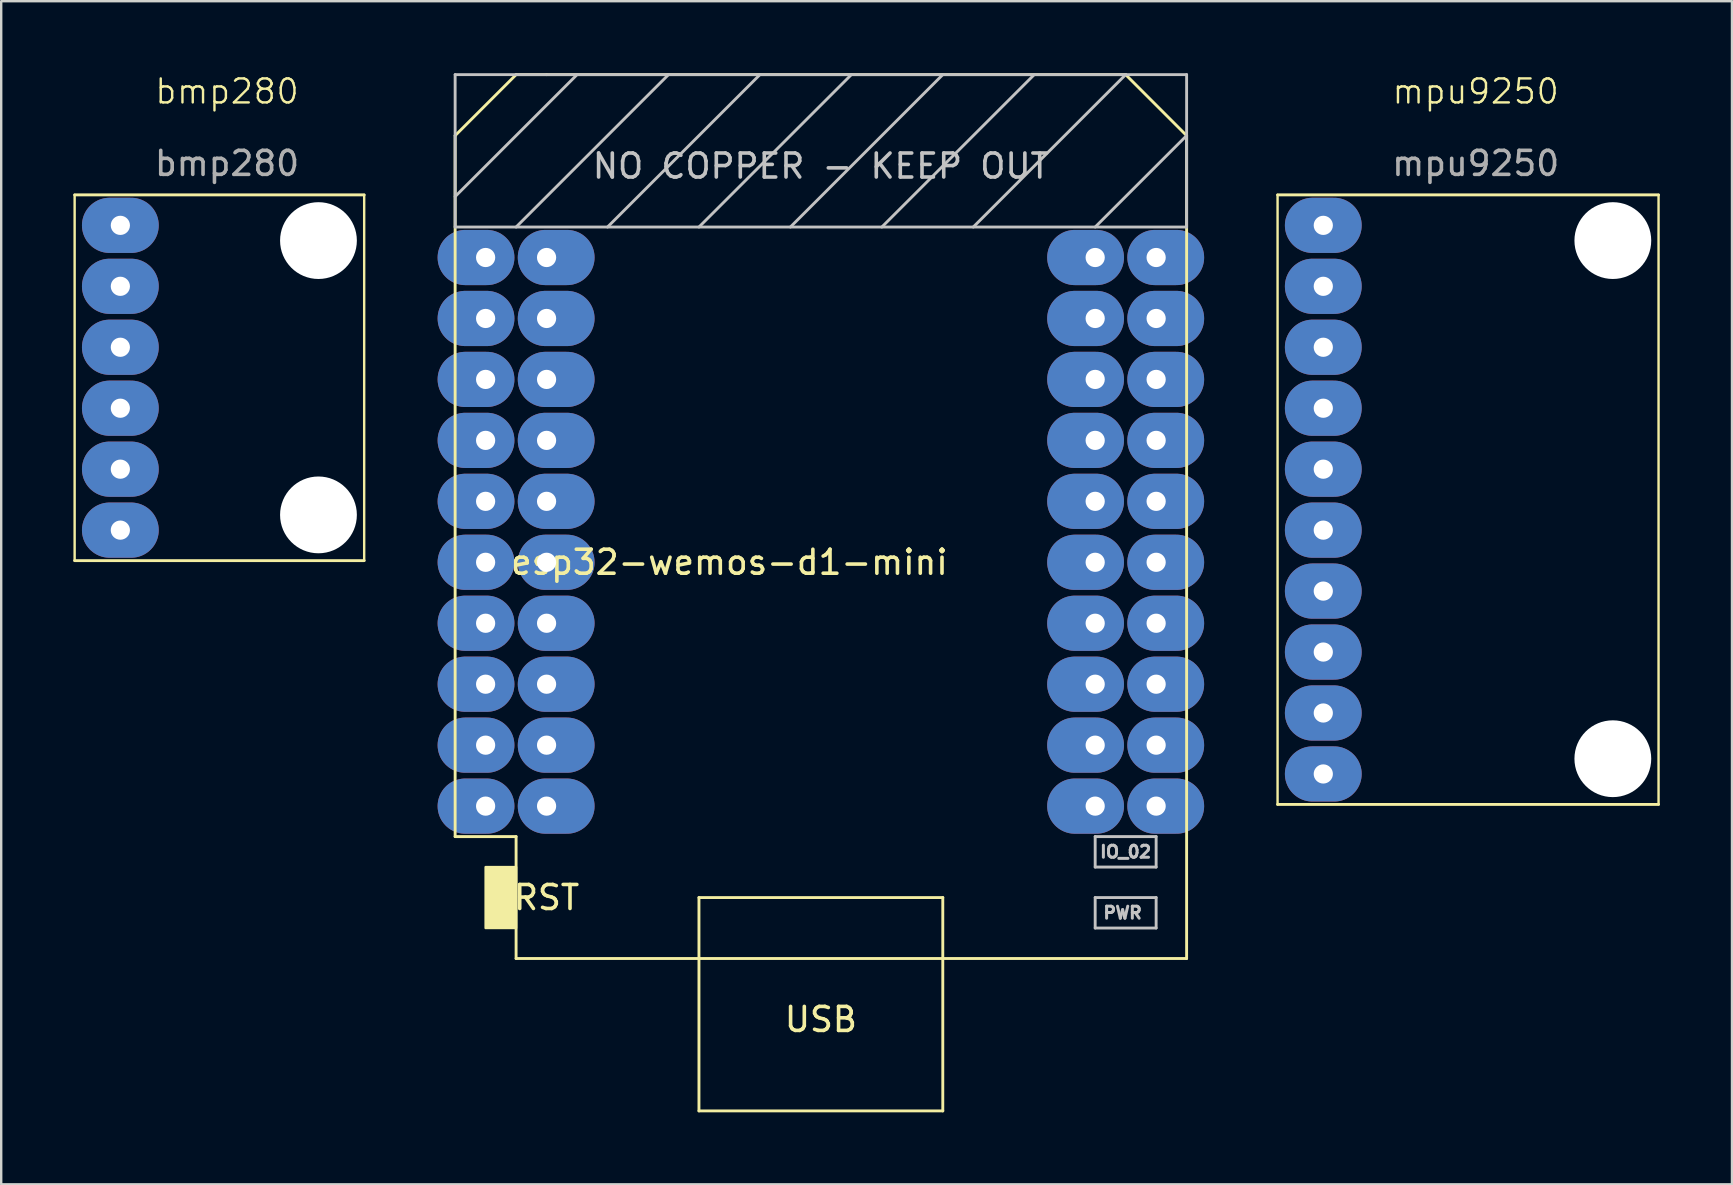
<source format=kicad_pcb>
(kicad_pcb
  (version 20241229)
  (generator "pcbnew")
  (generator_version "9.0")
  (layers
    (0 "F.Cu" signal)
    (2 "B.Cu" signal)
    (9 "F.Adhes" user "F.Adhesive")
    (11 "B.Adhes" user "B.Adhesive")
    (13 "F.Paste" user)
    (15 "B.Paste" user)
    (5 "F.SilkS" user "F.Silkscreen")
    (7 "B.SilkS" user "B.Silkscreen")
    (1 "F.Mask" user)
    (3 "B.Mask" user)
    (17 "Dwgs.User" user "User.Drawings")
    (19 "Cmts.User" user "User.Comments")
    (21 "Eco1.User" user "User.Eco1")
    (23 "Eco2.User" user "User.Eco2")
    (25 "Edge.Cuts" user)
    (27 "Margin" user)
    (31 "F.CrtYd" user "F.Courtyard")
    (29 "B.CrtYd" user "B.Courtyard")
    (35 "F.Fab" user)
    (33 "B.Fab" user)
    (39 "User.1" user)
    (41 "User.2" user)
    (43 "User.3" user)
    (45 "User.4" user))
  (footprint "esp32-wemos-d1-mini"
    (layer "F.Cu")
    (at 31.155 19.11)
    (property "Reference" "esp32-wemos-d1-mini" (at -3.81 1.27 0) (layer "F.SilkS") (effects (font (size 1 1) (thickness 0.15))))
    (attr through_hole)
    (fp_line (start -15.24 -16.51) (end -15.24 12.7) (stroke (width 0.12) (type solid)) (layer "F.SilkS"))
    (fp_line (start -15.24 12.7) (end -12.7 12.7) (stroke (width 0.12) (type solid)) (layer "F.SilkS"))
    (fp_line (start -12.7 -19.05) (end -15.24 -16.51) (stroke (width 0.12) (type solid)) (layer "F.SilkS"))
    (fp_line (start -12.7 -19.05) (end -11.43 -19.05) (stroke (width 0.12) (type solid)) (layer "F.SilkS"))
    (fp_line (start -12.7 12.7) (end -12.7 17.78) (stroke (width 0.12) (type solid)) (layer "F.SilkS"))
    (fp_line (start -12.7 17.78) (end 15.24 17.78) (stroke (width 0.12) (type solid)) (layer "F.SilkS"))
    (fp_line (start -5.08 15.24) (end 5.08 15.24) (stroke (width 0.12) (type solid)) (layer "F.SilkS"))
    (fp_line (start -5.08 17.78) (end -5.08 15.24) (stroke (width 0.12) (type solid)) (layer "F.SilkS"))
    (fp_line (start -5.08 17.78) (end -5.08 24.13) (stroke (width 0.12) (type solid)) (layer "F.SilkS"))
    (fp_line (start -5.08 24.13) (end 5.08 24.13) (stroke (width 0.12) (type solid)) (layer "F.SilkS"))
    (fp_line (start 5.08 15.24) (end 5.08 17.78) (stroke (width 0.12) (type solid)) (layer "F.SilkS"))
    (fp_line (start 5.08 24.13) (end 5.08 17.78) (stroke (width 0.12) (type solid)) (layer "F.SilkS"))
    (fp_line (start 12.7 -19.05) (end -11.43 -19.05) (stroke (width 0.12) (type solid)) (layer "F.SilkS"))
    (fp_line (start 12.7 -19.05) (end 15.24 -16.51) (stroke (width 0.12) (type solid)) (layer "F.SilkS"))
    (fp_line (start 15.24 -16.51) (end 15.24 17.78) (stroke (width 0.12) (type solid)) (layer "F.SilkS"))
    (fp_poly (pts (xy -13.97 16.51) (xy -13.97 13.97) (xy -12.7 13.97) (xy -12.7 16.51)) (stroke (width 0.1) (type solid)) (fill yes) (layer "F.SilkS"))
    (fp_line (start -15.24 -19.05) (end -15.24 -12.7) (stroke (width 0.12) (type solid)) (layer "Dwgs.User"))
    (fp_line (start -15.24 -12.7) (end 15.24 -12.7) (stroke (width 0.12) (type solid)) (layer "Dwgs.User"))
    (fp_line (start -10.16 -19.05) (end -15.24 -13.97) (stroke (width 0.12) (type solid)) (layer "Dwgs.User"))
    (fp_line (start -6.35 -19.05) (end -12.7 -12.7) (stroke (width 0.12) (type solid)) (layer "Dwgs.User"))
    (fp_line (start -2.54 -19.05) (end -8.89 -12.7) (stroke (width 0.12) (type solid)) (layer "Dwgs.User"))
    (fp_line (start 1.27 -19.05) (end -5.08 -12.7) (stroke (width 0.12) (type solid)) (layer "Dwgs.User"))
    (fp_line (start 5.08 -19.05) (end -1.27 -12.7) (stroke (width 0.12) (type solid)) (layer "Dwgs.User"))
    (fp_line (start 8.89 -19.05) (end 2.54 -12.7) (stroke (width 0.12) (type solid)) (layer "Dwgs.User"))
    (fp_line (start 11.43 12.7) (end 11.43 13.97) (stroke (width 0.12) (type solid)) (layer "Dwgs.User"))
    (fp_line (start 11.43 13.97) (end 13.97 13.97) (stroke (width 0.12) (type solid)) (layer "Dwgs.User"))
    (fp_line (start 11.43 15.24) (end 13.97 15.24) (stroke (width 0.12) (type solid)) (layer "Dwgs.User"))
    (fp_line (start 11.43 16.51) (end 11.43 15.24) (stroke (width 0.12) (type solid)) (layer "Dwgs.User"))
    (fp_line (start 12.7 -19.05) (end 6.35 -12.7) (stroke (width 0.12) (type solid)) (layer "Dwgs.User"))
    (fp_line (start 13.97 12.7) (end 11.43 12.7) (stroke (width 0.12) (type solid)) (layer "Dwgs.User"))
    (fp_line (start 13.97 13.97) (end 13.97 12.7) (stroke (width 0.12) (type solid)) (layer "Dwgs.User"))
    (fp_line (start 13.97 15.24) (end 13.97 16.51) (stroke (width 0.12) (type solid)) (layer "Dwgs.User"))
    (fp_line (start 13.97 16.51) (end 11.43 16.51) (stroke (width 0.12) (type solid)) (layer "Dwgs.User"))
    (fp_line (start 15.24 -19.05) (end -15.24 -19.05) (stroke (width 0.12) (type solid)) (layer "Dwgs.User"))
    (fp_line (start 15.24 -16.51) (end 11.43 -12.7) (stroke (width 0.12) (type solid)) (layer "Dwgs.User"))
    (fp_line (start 15.24 -12.7) (end 15.24 -19.05) (stroke (width 0.12) (type solid)) (layer "Dwgs.User"))
    (fp_text user "USB" (at 0 20.32 0) (layer "F.SilkS") (effects (font (size 1 1) (thickness 0.15))))
    (fp_text user "RST" (at -11.43 15.24 0) (layer "F.SilkS") (effects (font (size 1 1) (thickness 0.15))))
    (fp_text user "NO COPPER - KEEP OUT" (at 0 -15.24 0) (layer "Dwgs.User") (effects (font (size 1 1) (thickness 0.15))))
    (fp_text user "IO_02" (at 12.7 13.335 0) (layer "Dwgs.User") (effects (font (size 0.5 0.5) (thickness 0.125))))
    (fp_text user "PWR" (at 12.573 15.875 0) (layer "Dwgs.User") (effects (font (size 0.5 0.5) (thickness 0.125))))
    (pad "1" thru_hole oval (at -13.97 -11.43 270) (size 2.3 3.2) (drill 0.8 (offset 0 0.4)) (layers "*.Cu" "*.Mask"))
    (pad "2" thru_hole oval (at -11.43 -11.43 270) (size 2.3 3.2) (drill 0.8 (offset 0 -0.4)) (layers "*.Cu" "*.Mask"))
    (pad "3" thru_hole oval (at -13.97 -8.89 270) (size 2.3 3.2) (drill 0.8 (offset 0 0.4)) (layers "*.Cu" "*.Mask"))
    (pad "4" thru_hole oval (at -11.43 -8.89 270) (size 2.3 3.2) (drill 0.8 (offset 0 -0.4)) (layers "*.Cu" "*.Mask"))
    (pad "5" thru_hole oval (at -13.97 -6.35 270) (size 2.3 3.2) (drill 0.8 (offset 0 0.4)) (layers "*.Cu" "*.Mask"))
    (pad "6" thru_hole oval (at -11.43 -6.35 270) (size 2.3 3.2) (drill 0.8 (offset 0 -0.4)) (layers "*.Cu" "*.Mask"))
    (pad "7" thru_hole oval (at -13.97 -3.81 270) (size 2.3 3.2) (drill 0.8 (offset 0 0.4)) (layers "*.Cu" "*.Mask"))
    (pad "8" thru_hole oval (at -11.43 -3.81 270) (size 2.3 3.2) (drill 0.8 (offset 0 -0.4)) (layers "*.Cu" "*.Mask"))
    (pad "9" thru_hole oval (at -13.97 -1.27 270) (size 2.3 3.2) (drill 0.8 (offset 0 0.4)) (layers "*.Cu" "*.Mask"))
    (pad "10" thru_hole oval (at -11.43 -1.27 270) (size 2.3 3.2) (drill 0.8 (offset 0 -0.4)) (layers "*.Cu" "*.Mask"))
    (pad "11" thru_hole oval (at -13.97 1.27 270) (size 2.3 3.2) (drill 0.8 (offset 0 0.4)) (layers "*.Cu" "*.Mask"))
    (pad "12" thru_hole oval (at -11.43 1.27 270) (size 2.3 3.2) (drill 0.8 (offset 0 -0.4)) (layers "*.Cu" "*.Mask"))
    (pad "13" thru_hole oval (at -13.97 3.81 270) (size 2.3 3.2) (drill 0.8 (offset 0 0.4)) (layers "*.Cu" "*.Mask"))
    (pad "14" thru_hole oval (at -11.43 3.81 270) (size 2.3 3.2) (drill 0.8 (offset 0 -0.4)) (layers "*.Cu" "*.Mask"))
    (pad "15" thru_hole oval (at -13.97 6.35 270) (size 2.3 3.2) (drill 0.8 (offset 0 0.4)) (layers "*.Cu" "*.Mask"))
    (pad "16" thru_hole oval (at -11.43 6.35 270) (size 2.3 3.2) (drill 0.8 (offset 0 -0.4)) (layers "*.Cu" "*.Mask"))
    (pad "17" thru_hole oval (at -13.97 8.89 270) (size 2.3 3.2) (drill 0.8 (offset 0 0.4)) (layers "*.Cu" "*.Mask"))
    (pad "18" thru_hole oval (at -11.43 8.89 270) (size 2.3 3.2) (drill 0.8 (offset 0 -0.4)) (layers "*.Cu" "*.Mask"))
    (pad "19" thru_hole oval (at -13.97 11.43 270) (size 2.3 3.2) (drill 0.8 (offset 0 0.4)) (layers "*.Cu" "*.Mask"))
    (pad "20" thru_hole oval (at -11.43 11.43 270) (size 2.3 3.2) (drill 0.8 (offset 0 -0.4)) (layers "*.Cu" "*.Mask"))
    (pad "21" thru_hole oval (at 11.43 -11.43 270) (size 2.3 3.2) (drill 0.8 (offset 0 0.4)) (layers "*.Cu" "*.Mask"))
    (pad "22" thru_hole oval (at 13.97 -11.43 270) (size 2.3 3.2) (drill 0.8 (offset 0 -0.4)) (layers "*.Cu" "*.Mask"))
    (pad "23" thru_hole oval (at 11.43 -8.89 270) (size 2.3 3.2) (drill 0.8 (offset 0 0.4)) (layers "*.Cu" "*.Mask"))
    (pad "24" thru_hole oval (at 13.97 -8.89 270) (size 2.3 3.2) (drill 0.8 (offset 0 -0.4)) (layers "*.Cu" "*.Mask"))
    (pad "25" thru_hole oval (at 11.43 -6.35 270) (size 2.3 3.2) (drill 0.8 (offset 0 0.4)) (layers "*.Cu" "*.Mask"))
    (pad "26" thru_hole oval (at 13.97 -6.35 270) (size 2.3 3.2) (drill 0.8 (offset 0 -0.4)) (layers "*.Cu" "*.Mask"))
    (pad "27" thru_hole oval (at 11.43 -3.81 270) (size 2.3 3.2) (drill 0.8 (offset 0 0.4)) (layers "*.Cu" "*.Mask"))
    (pad "28" thru_hole oval (at 13.97 -3.81 270) (size 2.3 3.2) (drill 0.8 (offset 0 -0.4)) (layers "*.Cu" "*.Mask"))
    (pad "29" thru_hole oval (at 11.43 -1.27 270) (size 2.3 3.2) (drill 0.8 (offset 0 0.4)) (layers "*.Cu" "*.Mask"))
    (pad "30" thru_hole oval (at 13.97 -1.27 270) (size 2.3 3.2) (drill 0.8 (offset 0 -0.4)) (layers "*.Cu" "*.Mask"))
    (pad "31" thru_hole oval (at 11.43 1.27 270) (size 2.3 3.2) (drill 0.8 (offset 0 0.4)) (layers "*.Cu" "*.Mask"))
    (pad "32" thru_hole oval (at 13.97 1.27 270) (size 2.3 3.2) (drill 0.8 (offset 0 -0.4)) (layers "*.Cu" "*.Mask"))
    (pad "33" thru_hole oval (at 11.43 3.81 270) (size 2.3 3.2) (drill 0.8 (offset 0 0.4)) (layers "*.Cu" "*.Mask"))
    (pad "34" thru_hole oval (at 13.97 3.81 270) (size 2.3 3.2) (drill 0.8 (offset 0 -0.4)) (layers "*.Cu" "*.Mask"))
    (pad "35" thru_hole oval (at 11.43 6.35 270) (size 2.3 3.2) (drill 0.8 (offset 0 0.4)) (layers "*.Cu" "*.Mask"))
    (pad "36" thru_hole oval (at 13.97 6.35 270) (size 2.3 3.2) (drill 0.8 (offset 0 -0.4)) (layers "*.Cu" "*.Mask"))
    (pad "37" thru_hole oval (at 11.43 8.89 270) (size 2.3 3.2) (drill 0.8 (offset 0 0.4)) (layers "*.Cu" "*.Mask"))
    (pad "38" thru_hole oval (at 13.97 8.89 270) (size 2.3 3.2) (drill 0.8 (offset 0 -0.4)) (layers "*.Cu" "*.Mask"))
    (pad "39" thru_hole oval (at 11.43 11.43 270) (size 2.3 3.2) (drill 0.8 (offset 0 0.4)) (layers "*.Cu" "*.Mask"))
    (pad "40" thru_hole oval (at 13.97 11.43 270) (size 2.3 3.2) (drill 0.8 (offset 0 -0.4)) (layers "*.Cu" "*.Mask")))
  (footprint "bmp280"
    (layer "F.Cu")
    (at 6.41 1.26)
    (property "Reference" "bmp280" (at 0 -0.5 0) (unlocked yes) (layer "F.SilkS") (effects (font (size 1 1) (thickness 0.1))))
    (attr through_hole)
    (fp_line (start -6.35 3.81) (end -6.35 19.05) (stroke (width 0.1) (type solid)) (layer "F.SilkS"))
    (fp_line (start -6.35 3.81) (end 5.715 3.81) (stroke (width 0.12) (type solid)) (layer "F.SilkS"))
    (fp_line (start -6.35 19.05) (end 5.715 19.05) (stroke (width 0.12) (type solid)) (layer "F.SilkS"))
    (fp_line (start 5.715 3.81) (end 5.715 19.05) (stroke (width 0.1) (type solid)) (layer "F.SilkS"))
    (fp_text user "${REFERENCE}" (at 0 2.5 0) (unlocked yes) (layer "F.Fab") (effects (font (size 1 1) (thickness 0.15))))
    (pad "" np_thru_hole circle (at 3.81 5.715) (size 3.2 3.2) (drill 3.2) (layers "*.Cu" "*.Mask"))
    (pad "" np_thru_hole circle (at 3.81 17.145) (size 3.2 3.2) (drill 3.2) (layers "*.Cu" "*.Mask"))
    (pad "1" thru_hole oval (at -4.445 5.08 270) (size 2.3 3.2) (drill 0.8) (layers "*.Cu" "*.Mask"))
    (pad "2" thru_hole oval (at -4.445 7.62 270) (size 2.3 3.2) (drill 0.8) (layers "*.Cu" "*.Mask"))
    (pad "3" thru_hole oval (at -4.445 10.16 270) (size 2.3 3.2) (drill 0.8) (layers "*.Cu" "*.Mask"))
    (pad "4" thru_hole oval (at -4.445 12.7 270) (size 2.3 3.2) (drill 0.8) (layers "*.Cu" "*.Mask"))
    (pad "5" thru_hole oval (at -4.445 15.24 270) (size 2.3 3.2) (drill 0.8) (layers "*.Cu" "*.Mask"))
    (pad "6" thru_hole oval (at -4.445 17.78 270) (size 2.3 3.2) (drill 0.8) (layers "*.Cu" "*.Mask")))
  (footprint "mpu9250"
    (layer "F.Cu")
    (at 58.44 1.26)
    (property "Reference" "mpu9250" (at 0 -0.5 0) (unlocked yes) (layer "F.SilkS") (effects (font (size 1 1) (thickness 0.1))))
    (attr through_hole)
    (fp_line (start -8.255 3.81) (end -8.255 29.21) (stroke (width 0.1) (type solid)) (layer "F.SilkS"))
    (fp_line (start -8.255 3.81) (end 7.62 3.81) (stroke (width 0.12) (type solid)) (layer "F.SilkS"))
    (fp_line (start -8.255 29.21) (end 7.62 29.21) (stroke (width 0.12) (type solid)) (layer "F.SilkS"))
    (fp_line (start 7.62 3.81) (end 7.62 29.21) (stroke (width 0.1) (type solid)) (layer "F.SilkS"))
    (fp_text user "${REFERENCE}" (at 0 2.5 0) (unlocked yes) (layer "F.Fab") (effects (font (size 1 1) (thickness 0.15))))
    (pad "" np_thru_hole circle (at 5.715 5.715) (size 3.2 3.2) (drill 3.2) (layers "*.Cu" "*.Mask"))
    (pad "" np_thru_hole circle (at 5.715 27.305) (size 3.2 3.2) (drill 3.2) (layers "*.Cu" "*.Mask"))
    (pad "1" thru_hole oval (at -6.35 5.08 270) (size 2.3 3.2) (drill 0.8) (layers "*.Cu" "*.Mask"))
    (pad "2" thru_hole oval (at -6.35 7.62 270) (size 2.3 3.2) (drill 0.8) (layers "*.Cu" "*.Mask"))
    (pad "3" thru_hole oval (at -6.35 10.16 270) (size 2.3 3.2) (drill 0.8) (layers "*.Cu" "*.Mask"))
    (pad "4" thru_hole oval (at -6.35 12.7 270) (size 2.3 3.2) (drill 0.8) (layers "*.Cu" "*.Mask"))
    (pad "5" thru_hole oval (at -6.35 15.24 270) (size 2.3 3.2) (drill 0.8) (layers "*.Cu" "*.Mask"))
    (pad "6" thru_hole oval (at -6.35 17.78 270) (size 2.3 3.2) (drill 0.8) (layers "*.Cu" "*.Mask"))
    (pad "7" thru_hole oval (at -6.35 20.32 270) (size 2.3 3.2) (drill 0.8) (layers "*.Cu" "*.Mask"))
    (pad "8" thru_hole oval (at -6.35 22.86 270) (size 2.3 3.2) (drill 0.8) (layers "*.Cu" "*.Mask"))
    (pad "9" thru_hole oval (at -6.35 25.4 270) (size 2.3 3.2) (drill 0.8) (layers "*.Cu" "*.Mask"))
    (pad "10" thru_hole oval (at -6.35 27.94 270) (size 2.3 3.2) (drill 0.8) (layers "*.Cu" "*.Mask")))
  (gr_rect
    (start -3 -3)
    (end 69.12 46.3)
    (stroke (width 0.1) (type default))
    (fill no)
    (layer "Edge.Cuts")))
</source>
